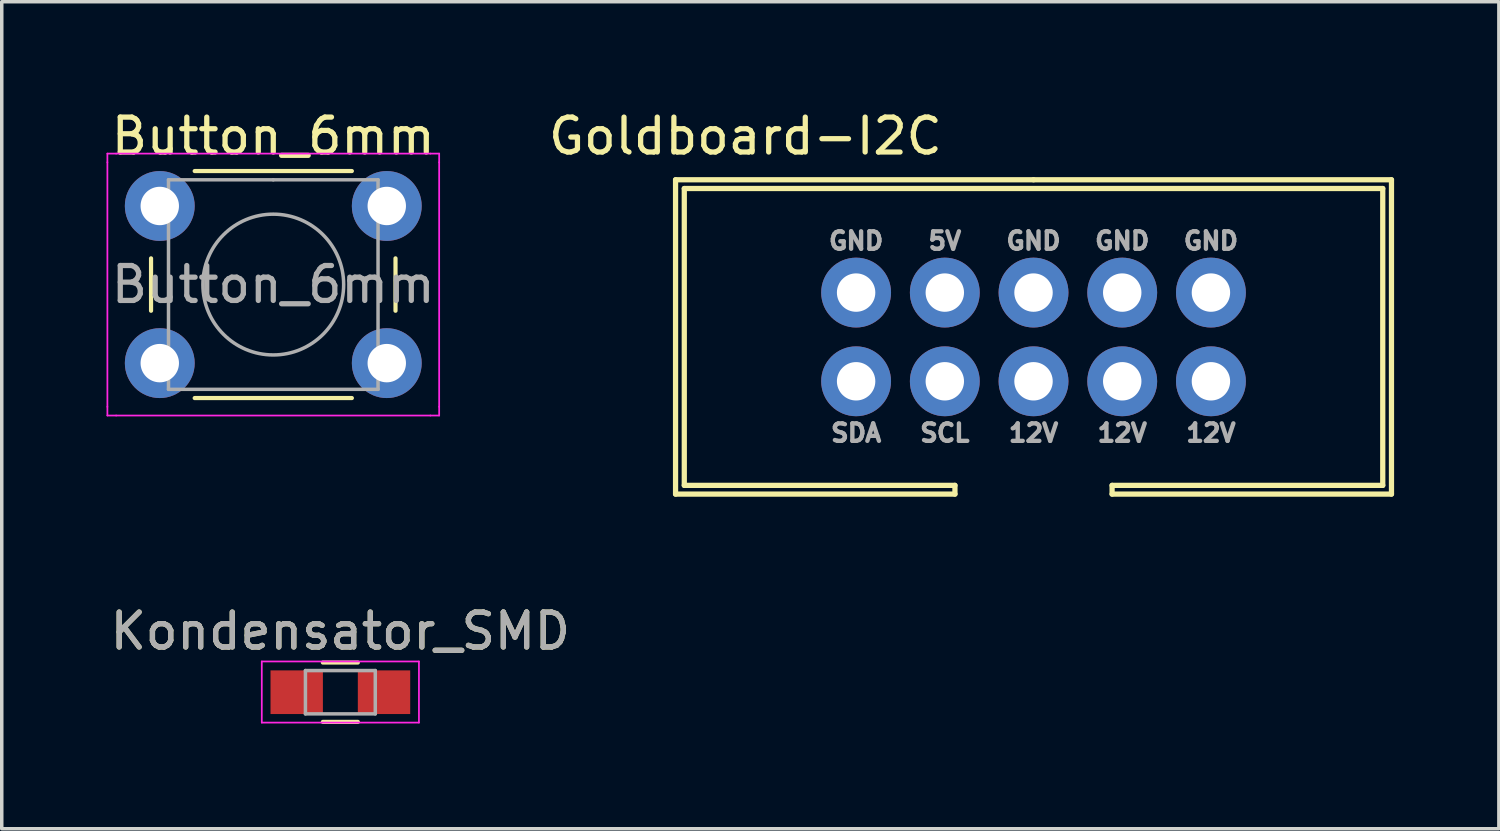
<source format=kicad_pcb>
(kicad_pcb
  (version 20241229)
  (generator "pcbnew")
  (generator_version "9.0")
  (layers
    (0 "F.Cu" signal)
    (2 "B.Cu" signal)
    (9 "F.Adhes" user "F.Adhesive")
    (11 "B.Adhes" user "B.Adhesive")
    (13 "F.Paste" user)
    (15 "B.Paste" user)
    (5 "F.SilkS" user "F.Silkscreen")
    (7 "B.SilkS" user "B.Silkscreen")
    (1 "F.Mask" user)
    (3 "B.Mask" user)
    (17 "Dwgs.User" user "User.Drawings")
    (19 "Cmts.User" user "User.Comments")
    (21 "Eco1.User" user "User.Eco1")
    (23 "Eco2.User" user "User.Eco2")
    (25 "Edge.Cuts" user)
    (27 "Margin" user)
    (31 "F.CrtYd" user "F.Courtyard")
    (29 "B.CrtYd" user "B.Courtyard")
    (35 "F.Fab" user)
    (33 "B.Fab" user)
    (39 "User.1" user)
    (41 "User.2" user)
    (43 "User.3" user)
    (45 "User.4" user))
  (footprint "Kondensator_SMD"
    (layer "F.Cu")
    (at 6.696 16.771)
    (property "Reference" "Kondensator_SMD" (at 0 -1.75 0) (layer "F.SilkS") (effects (font (size 1 1) (thickness 0.15))))
    (attr smd)
    (fp_line (start -0.5 0.85) (end 0.5 0.85) (stroke (width 0.12) (type solid)) (layer "F.SilkS"))
    (fp_line (start 0.5 -0.85) (end -0.5 -0.85) (stroke (width 0.12) (type solid)) (layer "F.SilkS"))
    (fp_line (start -2.25 -0.88) (end -2.25 0.87) (stroke (width 0.05) (type solid)) (layer "F.CrtYd"))
    (fp_line (start -2.25 -0.88) (end 2.25 -0.88) (stroke (width 0.05) (type solid)) (layer "F.CrtYd"))
    (fp_line (start 2.25 0.87) (end -2.25 0.87) (stroke (width 0.05) (type solid)) (layer "F.CrtYd"))
    (fp_line (start 2.25 0.87) (end 2.25 -0.88) (stroke (width 0.05) (type solid)) (layer "F.CrtYd"))
    (fp_line (start -1 -0.62) (end 1 -0.62) (stroke (width 0.1) (type solid)) (layer "F.Fab"))
    (fp_line (start -1 0.62) (end -1 -0.62) (stroke (width 0.1) (type solid)) (layer "F.Fab"))
    (fp_line (start 1 -0.62) (end 1 0.62) (stroke (width 0.1) (type solid)) (layer "F.Fab"))
    (fp_line (start 1 0.62) (end -1 0.62) (stroke (width 0.1) (type solid)) (layer "F.Fab"))
    (fp_text user "${REFERENCE}" (at 0 -1.75 0) (layer "F.Fab") (effects (font (size 1 1) (thickness 0.15))))
    (pad "1" smd rect (at -1.25 0) (size 1.5 1.25) (layers "F.Cu" "F.Mask" "F.Paste"))
    (pad "2" smd rect (at 1.25 0) (size 1.5 1.25) (layers "F.Cu" "F.Mask" "F.Paste")))
  (footprint "Goldboard-I2C"
    (layer "F.Cu")
    (at 26.544 6.598)
    (property "Reference" "Goldboard-I2C" (at -8.25 -5.75 0) (layer "F.SilkS") (effects (font (size 1 1) (thickness 0.15))))
    (attr through_hole)
    (fp_line (start -10.25 -4.5) (end -10.25 4.5) (stroke (width 0.15) (type solid)) (layer "F.SilkS"))
    (fp_line (start -10.25 4.5) (end -2.25 4.5) (stroke (width 0.15) (type solid)) (layer "F.SilkS"))
    (fp_line (start -10 -4.25) (end 10 -4.25) (stroke (width 0.15) (type solid)) (layer "F.SilkS"))
    (fp_line (start -10 4.25) (end -10 -4.25) (stroke (width 0.15) (type solid)) (layer "F.SilkS"))
    (fp_line (start -2.25 4.25) (end -10 4.25) (stroke (width 0.15) (type solid)) (layer "F.SilkS"))
    (fp_line (start -2.25 4.5) (end -2.25 4.25) (stroke (width 0.15) (type solid)) (layer "F.SilkS"))
    (fp_line (start 0 -4.5) (end -10.25 -4.5) (stroke (width 0.15) (type solid)) (layer "F.SilkS"))
    (fp_line (start 2.25 4.25) (end 2.25 4.5) (stroke (width 0.15) (type solid)) (layer "F.SilkS"))
    (fp_line (start 2.25 4.5) (end 10.25 4.5) (stroke (width 0.15) (type solid)) (layer "F.SilkS"))
    (fp_line (start 10 -4.25) (end 10 4.25) (stroke (width 0.15) (type solid)) (layer "F.SilkS"))
    (fp_line (start 10 4.25) (end 2.25 4.25) (stroke (width 0.15) (type solid)) (layer "F.SilkS"))
    (fp_line (start 10.25 -4.5) (end 0 -4.5) (stroke (width 0.15) (type solid)) (layer "F.SilkS"))
    (fp_line (start 10.25 4.5) (end 10.25 -4.5) (stroke (width 0.15) (type solid)) (layer "F.SilkS"))
    (fp_text user "12V" (at 2.54 2.75 0) (layer "F.Fab") (effects (font (size 0.5 0.5) (thickness 0.125))))
    (fp_text user "GND" (at 2.54 -2.75 0) (layer "F.Fab") (effects (font (size 0.5 0.5) (thickness 0.125))))
    (fp_text user "GND" (at 0 -2.75 0) (layer "F.Fab") (effects (font (size 0.5 0.5) (thickness 0.125))))
    (fp_text user "GND" (at 5.08 -2.75 0) (layer "F.Fab") (effects (font (size 0.5 0.5) (thickness 0.125))))
    (fp_text user "12V" (at 0 2.75 0) (layer "F.Fab") (effects (font (size 0.5 0.5) (thickness 0.125))))
    (fp_text user "SDA" (at -5.08 2.75 0) (layer "F.Fab") (effects (font (size 0.5 0.5) (thickness 0.125))))
    (fp_text user "SCL" (at -2.54 2.75 0) (layer "F.Fab") (effects (font (size 0.5 0.5) (thickness 0.125))))
    (fp_text user "5V" (at -2.54 -2.75 0) (layer "F.Fab") (effects (font (size 0.5 0.5) (thickness 0.125))))
    (fp_text user "12V" (at 5.08 2.75 0) (layer "F.Fab") (effects (font (size 0.5 0.5) (thickness 0.125))))
    (fp_text user "GND" (at -5.08 -2.75 0) (layer "F.Fab") (effects (font (size 0.5 0.5) (thickness 0.125))))
    (pad "1" thru_hole circle (at -5.08 1.27) (size 2 2) (drill 1.1) (layers "*.Cu" "*.Mask"))
    (pad "2" thru_hole circle (at -5.08 -1.27) (size 2 2) (drill 1.1) (layers "*.Cu" "*.Mask"))
    (pad "3" thru_hole circle (at -2.54 1.27) (size 2 2) (drill 1.1) (layers "*.Cu" "*.Mask"))
    (pad "4" thru_hole circle (at -2.54 -1.27) (size 2 2) (drill 1.1) (layers "*.Cu" "*.Mask"))
    (pad "5" thru_hole circle (at 0 1.27) (size 2 2) (drill 1.1) (layers "*.Cu" "*.Mask"))
    (pad "6" thru_hole circle (at 0 -1.27) (size 2 2) (drill 1.1) (layers "*.Cu" "*.Mask"))
    (pad "7" thru_hole circle (at 2.54 1.27) (size 2 2) (drill 1.1) (layers "*.Cu" "*.Mask"))
    (pad "8" thru_hole circle (at 2.54 -1.27) (size 2 2) (drill 1.1) (layers "*.Cu" "*.Mask"))
    (pad "9" thru_hole circle (at 5.08 1.27) (size 2 2) (drill 1.1) (layers "*.Cu" "*.Mask"))
    (pad "10" thru_hole circle (at 5.08 -1.27) (size 2 2) (drill 1.1) (layers "*.Cu" "*.Mask")))
  (footprint "Button_6mm"
    (layer "F.Cu")
    (at 1.525 2.848)
    (property "Reference" "Button_6mm" (at 3.25 -2 0) (layer "F.SilkS") (effects (font (size 1 1) (thickness 0.15))))
    (attr through_hole)
    (fp_line (start -0.25 1.5) (end -0.25 3) (stroke (width 0.12) (type solid)) (layer "F.SilkS"))
    (fp_line (start 1 5.5) (end 5.5 5.5) (stroke (width 0.12) (type solid)) (layer "F.SilkS"))
    (fp_line (start 5.5 -1) (end 1 -1) (stroke (width 0.12) (type solid)) (layer "F.SilkS"))
    (fp_line (start 6.75 3) (end 6.75 1.5) (stroke (width 0.12) (type solid)) (layer "F.SilkS"))
    (fp_line (start -1.5 -1.5) (end -1.25 -1.5) (stroke (width 0.05) (type solid)) (layer "F.CrtYd"))
    (fp_line (start -1.5 -1.25) (end -1.5 -1.5) (stroke (width 0.05) (type solid)) (layer "F.CrtYd"))
    (fp_line (start -1.5 5.75) (end -1.5 -1.25) (stroke (width 0.05) (type solid)) (layer "F.CrtYd"))
    (fp_line (start -1.5 5.75) (end -1.5 6) (stroke (width 0.05) (type solid)) (layer "F.CrtYd"))
    (fp_line (start -1.5 6) (end -1.25 6) (stroke (width 0.05) (type solid)) (layer "F.CrtYd"))
    (fp_line (start -1.25 -1.5) (end 7.75 -1.5) (stroke (width 0.05) (type solid)) (layer "F.CrtYd"))
    (fp_line (start 7.75 -1.5) (end 8 -1.5) (stroke (width 0.05) (type solid)) (layer "F.CrtYd"))
    (fp_line (start 7.75 6) (end -1.25 6) (stroke (width 0.05) (type solid)) (layer "F.CrtYd"))
    (fp_line (start 7.75 6) (end 8 6) (stroke (width 0.05) (type solid)) (layer "F.CrtYd"))
    (fp_line (start 8 -1.5) (end 8 -1.25) (stroke (width 0.05) (type solid)) (layer "F.CrtYd"))
    (fp_line (start 8 -1.25) (end 8 5.75) (stroke (width 0.05) (type solid)) (layer "F.CrtYd"))
    (fp_line (start 8 6) (end 8 5.75) (stroke (width 0.05) (type solid)) (layer "F.CrtYd"))
    (fp_line (start 0.25 -0.75) (end 3.25 -0.75) (stroke (width 0.1) (type solid)) (layer "F.Fab"))
    (fp_line (start 0.25 5.25) (end 0.25 -0.75) (stroke (width 0.1) (type solid)) (layer "F.Fab"))
    (fp_line (start 3.25 -0.75) (end 6.25 -0.75) (stroke (width 0.1) (type solid)) (layer "F.Fab"))
    (fp_line (start 6.25 -0.75) (end 6.25 5.25) (stroke (width 0.1) (type solid)) (layer "F.Fab"))
    (fp_line (start 6.25 5.25) (end 0.25 5.25) (stroke (width 0.1) (type solid)) (layer "F.Fab"))
    (fp_circle (center 3.25 2.25) (end 1.25 2.5) (stroke (width 0.1) (type solid)) (fill no) (layer "F.Fab"))
    (fp_text user "${REFERENCE}" (at 3.25 2.25 0) (layer "F.Fab") (effects (font (size 1 1) (thickness 0.15))))
    (pad "1" thru_hole circle (at 0 0 90) (size 2 2) (drill 1.1) (layers "*.Cu" "*.Mask"))
    (pad "1" thru_hole circle (at 6.5 0 90) (size 2 2) (drill 1.1) (layers "*.Cu" "*.Mask"))
    (pad "2" thru_hole circle (at 0 4.5 90) (size 2 2) (drill 1.1) (layers "*.Cu" "*.Mask"))
    (pad "2" thru_hole circle (at 6.5 4.5 90) (size 2 2) (drill 1.1) (layers "*.Cu" "*.Mask")))
  (gr_rect
    (start -3 -3)
    (end 39.869 20.681)
    (stroke (width 0.1) (type default))
    (fill no)
    (layer "Edge.Cuts")))
</source>
